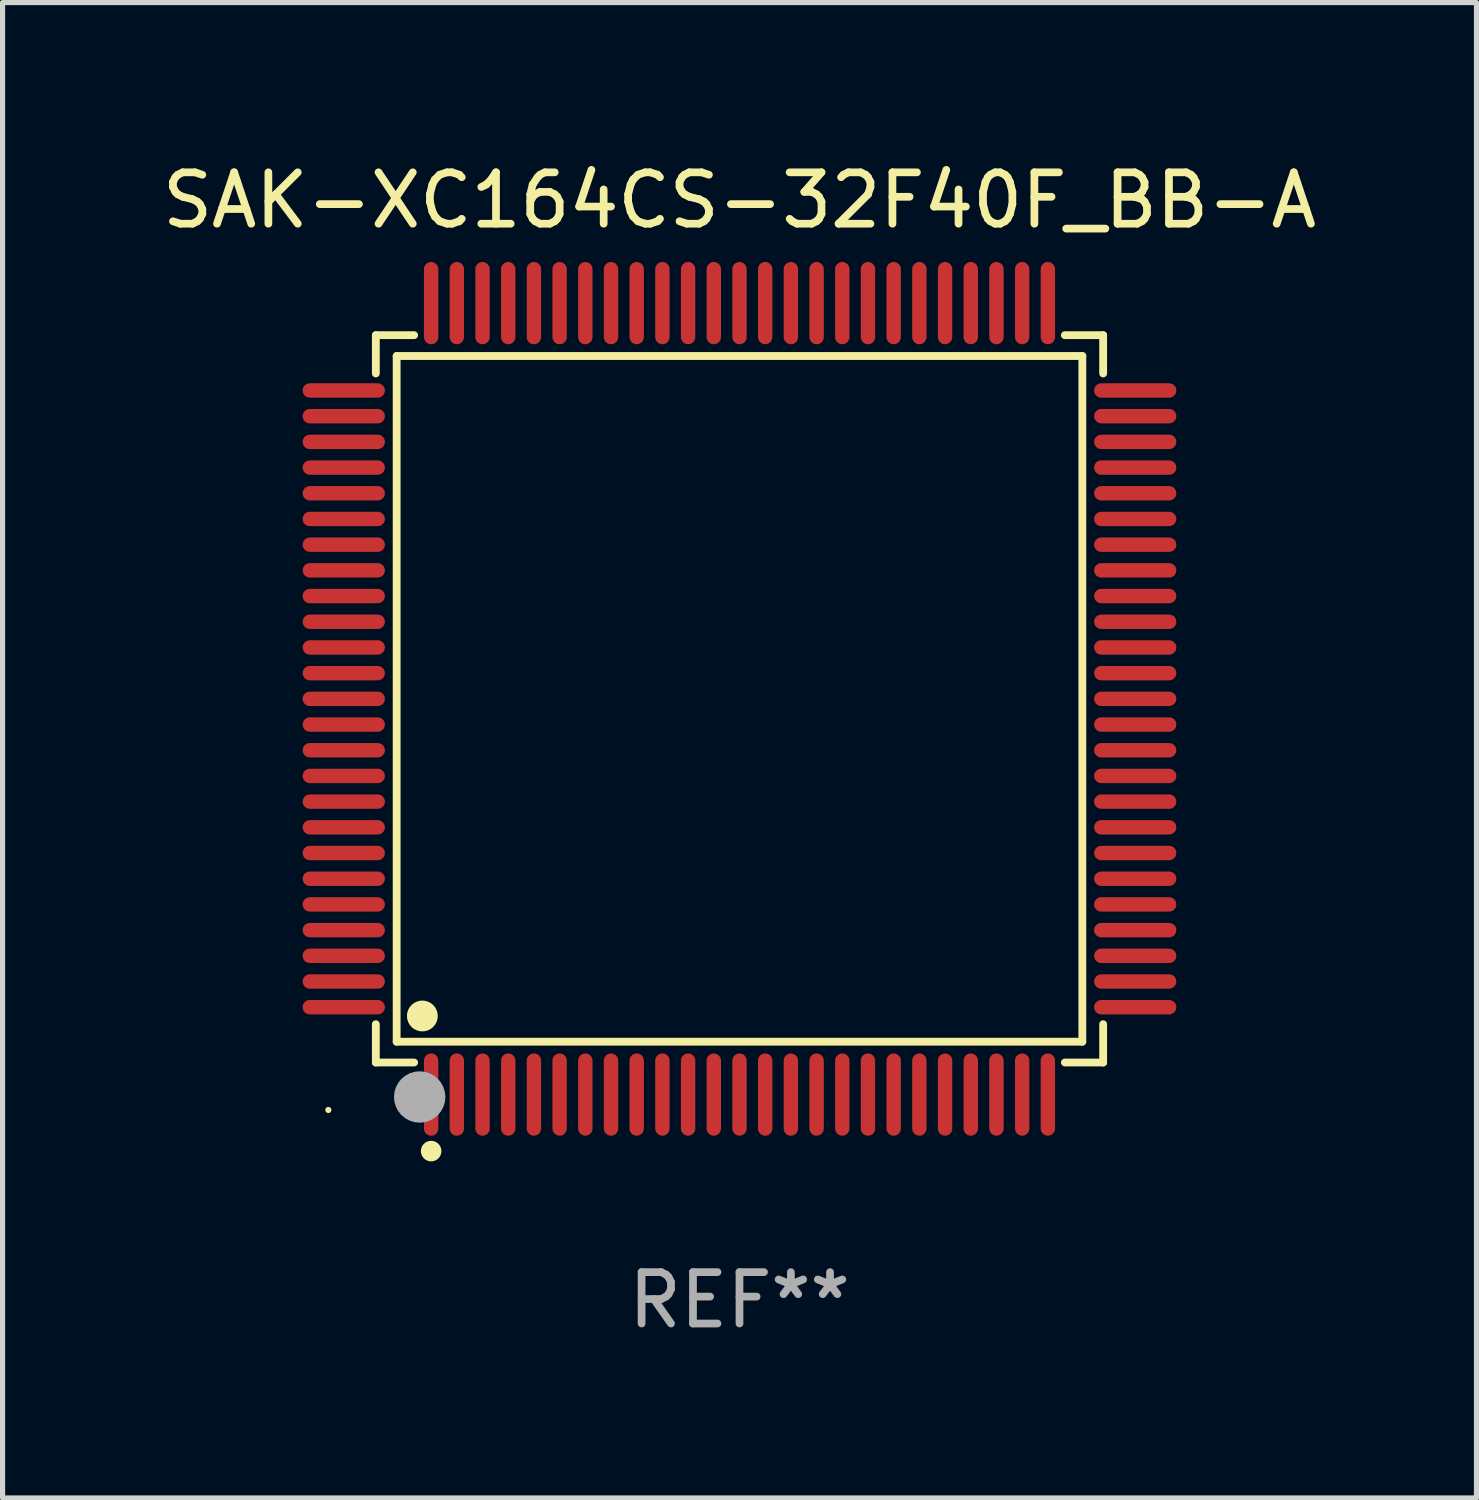
<source format=kicad_pcb>
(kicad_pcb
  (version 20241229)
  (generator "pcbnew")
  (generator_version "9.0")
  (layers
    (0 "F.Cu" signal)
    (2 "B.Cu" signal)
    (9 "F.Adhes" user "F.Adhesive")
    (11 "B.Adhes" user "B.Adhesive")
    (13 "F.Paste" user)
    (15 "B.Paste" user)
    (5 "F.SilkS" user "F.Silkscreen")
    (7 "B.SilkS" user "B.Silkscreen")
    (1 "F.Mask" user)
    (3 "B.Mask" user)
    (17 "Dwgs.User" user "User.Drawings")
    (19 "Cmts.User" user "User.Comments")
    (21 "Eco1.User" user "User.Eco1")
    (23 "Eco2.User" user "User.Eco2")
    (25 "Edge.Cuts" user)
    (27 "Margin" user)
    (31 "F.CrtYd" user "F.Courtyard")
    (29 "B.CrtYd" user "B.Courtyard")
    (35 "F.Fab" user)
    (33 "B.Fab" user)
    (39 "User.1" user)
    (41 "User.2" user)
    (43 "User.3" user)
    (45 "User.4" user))
  (footprint "SAK-XC164CS-32F40F_BB-A"
    (layer "F.Cu")
    (at 11.339 10.548)
    (property "Reference" "SAK-XC164CS-32F40F_BB-A" (at 0 -9.7 0) (layer "F.SilkS") (effects (font (size 1 1) (thickness 0.15))))
    (attr through_hole)
    (fp_line (start -7.076 -7.076) (end -6.331 -7.076) (stroke (width 0.152) (type solid)) (layer "F.SilkS"))
    (fp_line (start -7.076 -6.331) (end -7.076 -7.076) (stroke (width 0.152) (type solid)) (layer "F.SilkS"))
    (fp_line (start -7.076 6.331) (end -7.076 7.076) (stroke (width 0.152) (type solid)) (layer "F.SilkS"))
    (fp_line (start -7.076 7.076) (end -6.331 7.076) (stroke (width 0.152) (type solid)) (layer "F.SilkS"))
    (fp_line (start -6.671 -6.671) (end 6.671 -6.671) (stroke (width 0.152) (type solid)) (layer "F.SilkS"))
    (fp_line (start -6.671 6.671) (end -6.671 -6.671) (stroke (width 0.152) (type solid)) (layer "F.SilkS"))
    (fp_line (start 6.671 -6.671) (end 6.671 6.671) (stroke (width 0.152) (type solid)) (layer "F.SilkS"))
    (fp_line (start 6.671 6.671) (end -6.671 6.671) (stroke (width 0.152) (type solid)) (layer "F.SilkS"))
    (fp_line (start 7.076 -7.076) (end 6.331 -7.076) (stroke (width 0.152) (type solid)) (layer "F.SilkS"))
    (fp_line (start 7.076 -6.331) (end 7.076 -7.076) (stroke (width 0.152) (type solid)) (layer "F.SilkS"))
    (fp_line (start 7.076 6.331) (end 7.076 7.076) (stroke (width 0.152) (type solid)) (layer "F.SilkS"))
    (fp_line (start 7.076 7.076) (end 6.331 7.076) (stroke (width 0.152) (type solid)) (layer "F.SilkS"))
    (fp_circle (center -8 8) (end -7.97 8) (stroke (width 0.06) (type solid)) (fill no) (layer "F.SilkS"))
    (fp_circle (center -6.171 6.171) (end -6.021 6.171) (stroke (width 0.3) (type solid)) (fill no) (layer "F.SilkS"))
    (fp_circle (center -6 8.8) (end -5.9 8.8) (stroke (width 0.2) (type solid)) (fill no) (layer "F.SilkS"))
    (fp_circle (center -6.223 7.747) (end -5.973 7.747) (stroke (width 0.5) (type solid)) (fill no) (layer "F.Fab"))
    (fp_text user "REF**" (at 0 11.7 0) (layer "F.Fab") (effects (font (size 1 1) (thickness 0.15))))
    (pad "1" smd oval (at -6 7.7) (size 0.28 1.6) (layers "F.Cu" "F.Mask" "F.Paste"))
    (pad "2" smd oval (at -5.5 7.7) (size 0.28 1.6) (layers "F.Cu" "F.Mask" "F.Paste"))
    (pad "3" smd oval (at -5 7.7) (size 0.28 1.6) (layers "F.Cu" "F.Mask" "F.Paste"))
    (pad "4" smd oval (at -4.5 7.7) (size 0.28 1.6) (layers "F.Cu" "F.Mask" "F.Paste"))
    (pad "5" smd oval (at -4 7.7) (size 0.28 1.6) (layers "F.Cu" "F.Mask" "F.Paste"))
    (pad "6" smd oval (at -3.5 7.7) (size 0.28 1.6) (layers "F.Cu" "F.Mask" "F.Paste"))
    (pad "7" smd oval (at -3 7.7) (size 0.28 1.6) (layers "F.Cu" "F.Mask" "F.Paste"))
    (pad "8" smd oval (at -2.5 7.7) (size 0.28 1.6) (layers "F.Cu" "F.Mask" "F.Paste"))
    (pad "9" smd oval (at -2 7.7) (size 0.28 1.6) (layers "F.Cu" "F.Mask" "F.Paste"))
    (pad "10" smd oval (at -1.5 7.7) (size 0.28 1.6) (layers "F.Cu" "F.Mask" "F.Paste"))
    (pad "11" smd oval (at -1 7.7) (size 0.28 1.6) (layers "F.Cu" "F.Mask" "F.Paste"))
    (pad "12" smd oval (at -0.5 7.7) (size 0.28 1.6) (layers "F.Cu" "F.Mask" "F.Paste"))
    (pad "13" smd oval (at 0 7.7) (size 0.28 1.6) (layers "F.Cu" "F.Mask" "F.Paste"))
    (pad "14" smd oval (at 0.5 7.7) (size 0.28 1.6) (layers "F.Cu" "F.Mask" "F.Paste"))
    (pad "15" smd oval (at 1 7.7) (size 0.28 1.6) (layers "F.Cu" "F.Mask" "F.Paste"))
    (pad "16" smd oval (at 1.5 7.7) (size 0.28 1.6) (layers "F.Cu" "F.Mask" "F.Paste"))
    (pad "17" smd oval (at 2 7.7) (size 0.28 1.6) (layers "F.Cu" "F.Mask" "F.Paste"))
    (pad "18" smd oval (at 2.5 7.7) (size 0.28 1.6) (layers "F.Cu" "F.Mask" "F.Paste"))
    (pad "19" smd oval (at 3 7.7) (size 0.28 1.6) (layers "F.Cu" "F.Mask" "F.Paste"))
    (pad "20" smd oval (at 3.5 7.7) (size 0.28 1.6) (layers "F.Cu" "F.Mask" "F.Paste"))
    (pad "21" smd oval (at 4 7.7) (size 0.28 1.6) (layers "F.Cu" "F.Mask" "F.Paste"))
    (pad "22" smd oval (at 4.5 7.7) (size 0.28 1.6) (layers "F.Cu" "F.Mask" "F.Paste"))
    (pad "23" smd oval (at 5 7.7) (size 0.28 1.6) (layers "F.Cu" "F.Mask" "F.Paste"))
    (pad "24" smd oval (at 5.5 7.7) (size 0.28 1.6) (layers "F.Cu" "F.Mask" "F.Paste"))
    (pad "25" smd oval (at 6 7.7) (size 0.28 1.6) (layers "F.Cu" "F.Mask" "F.Paste"))
    (pad "26" smd oval (at 7.7 6) (size 1.6 0.28) (layers "F.Cu" "F.Mask" "F.Paste"))
    (pad "27" smd oval (at 7.7 5.5) (size 1.6 0.28) (layers "F.Cu" "F.Mask" "F.Paste"))
    (pad "28" smd oval (at 7.7 5) (size 1.6 0.28) (layers "F.Cu" "F.Mask" "F.Paste"))
    (pad "29" smd oval (at 7.7 4.5) (size 1.6 0.28) (layers "F.Cu" "F.Mask" "F.Paste"))
    (pad "30" smd oval (at 7.7 4) (size 1.6 0.28) (layers "F.Cu" "F.Mask" "F.Paste"))
    (pad "31" smd oval (at 7.7 3.5) (size 1.6 0.28) (layers "F.Cu" "F.Mask" "F.Paste"))
    (pad "32" smd oval (at 7.7 3) (size 1.6 0.28) (layers "F.Cu" "F.Mask" "F.Paste"))
    (pad "33" smd oval (at 7.7 2.5) (size 1.6 0.28) (layers "F.Cu" "F.Mask" "F.Paste"))
    (pad "34" smd oval (at 7.7 2) (size 1.6 0.28) (layers "F.Cu" "F.Mask" "F.Paste"))
    (pad "35" smd oval (at 7.7 1.5) (size 1.6 0.28) (layers "F.Cu" "F.Mask" "F.Paste"))
    (pad "36" smd oval (at 7.7 1) (size 1.6 0.28) (layers "F.Cu" "F.Mask" "F.Paste"))
    (pad "37" smd oval (at 7.7 0.5) (size 1.6 0.28) (layers "F.Cu" "F.Mask" "F.Paste"))
    (pad "38" smd oval (at 7.7 0) (size 1.6 0.28) (layers "F.Cu" "F.Mask" "F.Paste"))
    (pad "39" smd oval (at 7.7 -0.5) (size 1.6 0.28) (layers "F.Cu" "F.Mask" "F.Paste"))
    (pad "40" smd oval (at 7.7 -1) (size 1.6 0.28) (layers "F.Cu" "F.Mask" "F.Paste"))
    (pad "41" smd oval (at 7.7 -1.5) (size 1.6 0.28) (layers "F.Cu" "F.Mask" "F.Paste"))
    (pad "42" smd oval (at 7.7 -2) (size 1.6 0.28) (layers "F.Cu" "F.Mask" "F.Paste"))
    (pad "43" smd oval (at 7.7 -2.5) (size 1.6 0.28) (layers "F.Cu" "F.Mask" "F.Paste"))
    (pad "44" smd oval (at 7.7 -3) (size 1.6 0.28) (layers "F.Cu" "F.Mask" "F.Paste"))
    (pad "45" smd oval (at 7.7 -3.5) (size 1.6 0.28) (layers "F.Cu" "F.Mask" "F.Paste"))
    (pad "46" smd oval (at 7.7 -4) (size 1.6 0.28) (layers "F.Cu" "F.Mask" "F.Paste"))
    (pad "47" smd oval (at 7.7 -4.5) (size 1.6 0.28) (layers "F.Cu" "F.Mask" "F.Paste"))
    (pad "48" smd oval (at 7.7 -5) (size 1.6 0.28) (layers "F.Cu" "F.Mask" "F.Paste"))
    (pad "49" smd oval (at 7.7 -5.5) (size 1.6 0.28) (layers "F.Cu" "F.Mask" "F.Paste"))
    (pad "50" smd oval (at 7.7 -6) (size 1.6 0.28) (layers "F.Cu" "F.Mask" "F.Paste"))
    (pad "51" smd oval (at 6 -7.7) (size 0.28 1.6) (layers "F.Cu" "F.Mask" "F.Paste"))
    (pad "52" smd oval (at 5.5 -7.7) (size 0.28 1.6) (layers "F.Cu" "F.Mask" "F.Paste"))
    (pad "53" smd oval (at 5 -7.7) (size 0.28 1.6) (layers "F.Cu" "F.Mask" "F.Paste"))
    (pad "54" smd oval (at 4.5 -7.7) (size 0.28 1.6) (layers "F.Cu" "F.Mask" "F.Paste"))
    (pad "55" smd oval (at 4 -7.7) (size 0.28 1.6) (layers "F.Cu" "F.Mask" "F.Paste"))
    (pad "56" smd oval (at 3.5 -7.7) (size 0.28 1.6) (layers "F.Cu" "F.Mask" "F.Paste"))
    (pad "57" smd oval (at 3 -7.7) (size 0.28 1.6) (layers "F.Cu" "F.Mask" "F.Paste"))
    (pad "58" smd oval (at 2.5 -7.7) (size 0.28 1.6) (layers "F.Cu" "F.Mask" "F.Paste"))
    (pad "59" smd oval (at 2 -7.7) (size 0.28 1.6) (layers "F.Cu" "F.Mask" "F.Paste"))
    (pad "60" smd oval (at 1.5 -7.7) (size 0.28 1.6) (layers "F.Cu" "F.Mask" "F.Paste"))
    (pad "61" smd oval (at 1 -7.7) (size 0.28 1.6) (layers "F.Cu" "F.Mask" "F.Paste"))
    (pad "62" smd oval (at 0.5 -7.7) (size 0.28 1.6) (layers "F.Cu" "F.Mask" "F.Paste"))
    (pad "63" smd oval (at 0 -7.7) (size 0.28 1.6) (layers "F.Cu" "F.Mask" "F.Paste"))
    (pad "64" smd oval (at -0.5 -7.7) (size 0.28 1.6) (layers "F.Cu" "F.Mask" "F.Paste"))
    (pad "65" smd oval (at -1 -7.7) (size 0.28 1.6) (layers "F.Cu" "F.Mask" "F.Paste"))
    (pad "66" smd oval (at -1.5 -7.7) (size 0.28 1.6) (layers "F.Cu" "F.Mask" "F.Paste"))
    (pad "67" smd oval (at -2 -7.7) (size 0.28 1.6) (layers "F.Cu" "F.Mask" "F.Paste"))
    (pad "68" smd oval (at -2.5 -7.7) (size 0.28 1.6) (layers "F.Cu" "F.Mask" "F.Paste"))
    (pad "69" smd oval (at -3 -7.7) (size 0.28 1.6) (layers "F.Cu" "F.Mask" "F.Paste"))
    (pad "70" smd oval (at -3.5 -7.7) (size 0.28 1.6) (layers "F.Cu" "F.Mask" "F.Paste"))
    (pad "71" smd oval (at -4 -7.7) (size 0.28 1.6) (layers "F.Cu" "F.Mask" "F.Paste"))
    (pad "72" smd oval (at -4.5 -7.7) (size 0.28 1.6) (layers "F.Cu" "F.Mask" "F.Paste"))
    (pad "73" smd oval (at -5 -7.7) (size 0.28 1.6) (layers "F.Cu" "F.Mask" "F.Paste"))
    (pad "74" smd oval (at -5.5 -7.7) (size 0.28 1.6) (layers "F.Cu" "F.Mask" "F.Paste"))
    (pad "75" smd oval (at -6 -7.7) (size 0.28 1.6) (layers "F.Cu" "F.Mask" "F.Paste"))
    (pad "76" smd oval (at -7.7 -6) (size 1.6 0.28) (layers "F.Cu" "F.Mask" "F.Paste"))
    (pad "77" smd oval (at -7.7 -5.5) (size 1.6 0.28) (layers "F.Cu" "F.Mask" "F.Paste"))
    (pad "78" smd oval (at -7.7 -5) (size 1.6 0.28) (layers "F.Cu" "F.Mask" "F.Paste"))
    (pad "79" smd oval (at -7.7 -4.5) (size 1.6 0.28) (layers "F.Cu" "F.Mask" "F.Paste"))
    (pad "80" smd oval (at -7.7 -4) (size 1.6 0.28) (layers "F.Cu" "F.Mask" "F.Paste"))
    (pad "81" smd oval (at -7.7 -3.5) (size 1.6 0.28) (layers "F.Cu" "F.Mask" "F.Paste"))
    (pad "82" smd oval (at -7.7 -3) (size 1.6 0.28) (layers "F.Cu" "F.Mask" "F.Paste"))
    (pad "83" smd oval (at -7.7 -2.5) (size 1.6 0.28) (layers "F.Cu" "F.Mask" "F.Paste"))
    (pad "84" smd oval (at -7.7 -2) (size 1.6 0.28) (layers "F.Cu" "F.Mask" "F.Paste"))
    (pad "85" smd oval (at -7.7 -1.5) (size 1.6 0.28) (layers "F.Cu" "F.Mask" "F.Paste"))
    (pad "86" smd oval (at -7.7 -1) (size 1.6 0.28) (layers "F.Cu" "F.Mask" "F.Paste"))
    (pad "87" smd oval (at -7.7 -0.5) (size 1.6 0.28) (layers "F.Cu" "F.Mask" "F.Paste"))
    (pad "88" smd oval (at -7.7 0) (size 1.6 0.28) (layers "F.Cu" "F.Mask" "F.Paste"))
    (pad "89" smd oval (at -7.7 0.5) (size 1.6 0.28) (layers "F.Cu" "F.Mask" "F.Paste"))
    (pad "90" smd oval (at -7.7 1) (size 1.6 0.28) (layers "F.Cu" "F.Mask" "F.Paste"))
    (pad "91" smd oval (at -7.7 1.5) (size 1.6 0.28) (layers "F.Cu" "F.Mask" "F.Paste"))
    (pad "92" smd oval (at -7.7 2) (size 1.6 0.28) (layers "F.Cu" "F.Mask" "F.Paste"))
    (pad "93" smd oval (at -7.7 2.5) (size 1.6 0.28) (layers "F.Cu" "F.Mask" "F.Paste"))
    (pad "94" smd oval (at -7.7 3) (size 1.6 0.28) (layers "F.Cu" "F.Mask" "F.Paste"))
    (pad "95" smd oval (at -7.7 3.5) (size 1.6 0.28) (layers "F.Cu" "F.Mask" "F.Paste"))
    (pad "96" smd oval (at -7.7 4) (size 1.6 0.28) (layers "F.Cu" "F.Mask" "F.Paste"))
    (pad "97" smd oval (at -7.7 4.5) (size 1.6 0.28) (layers "F.Cu" "F.Mask" "F.Paste"))
    (pad "98" smd oval (at -7.7 5) (size 1.6 0.28) (layers "F.Cu" "F.Mask" "F.Paste"))
    (pad "99" smd oval (at -7.7 5.5) (size 1.6 0.28) (layers "F.Cu" "F.Mask" "F.Paste"))
    (pad "100" smd oval (at -7.7 6) (size 1.6 0.28) (layers "F.Cu" "F.Mask" "F.Paste")))
  (gr_rect
    (start -3 -3)
    (end 25.679 26.097)
    (stroke (width 0.1) (type default))
    (fill no)
    (layer "Edge.Cuts")))
</source>
